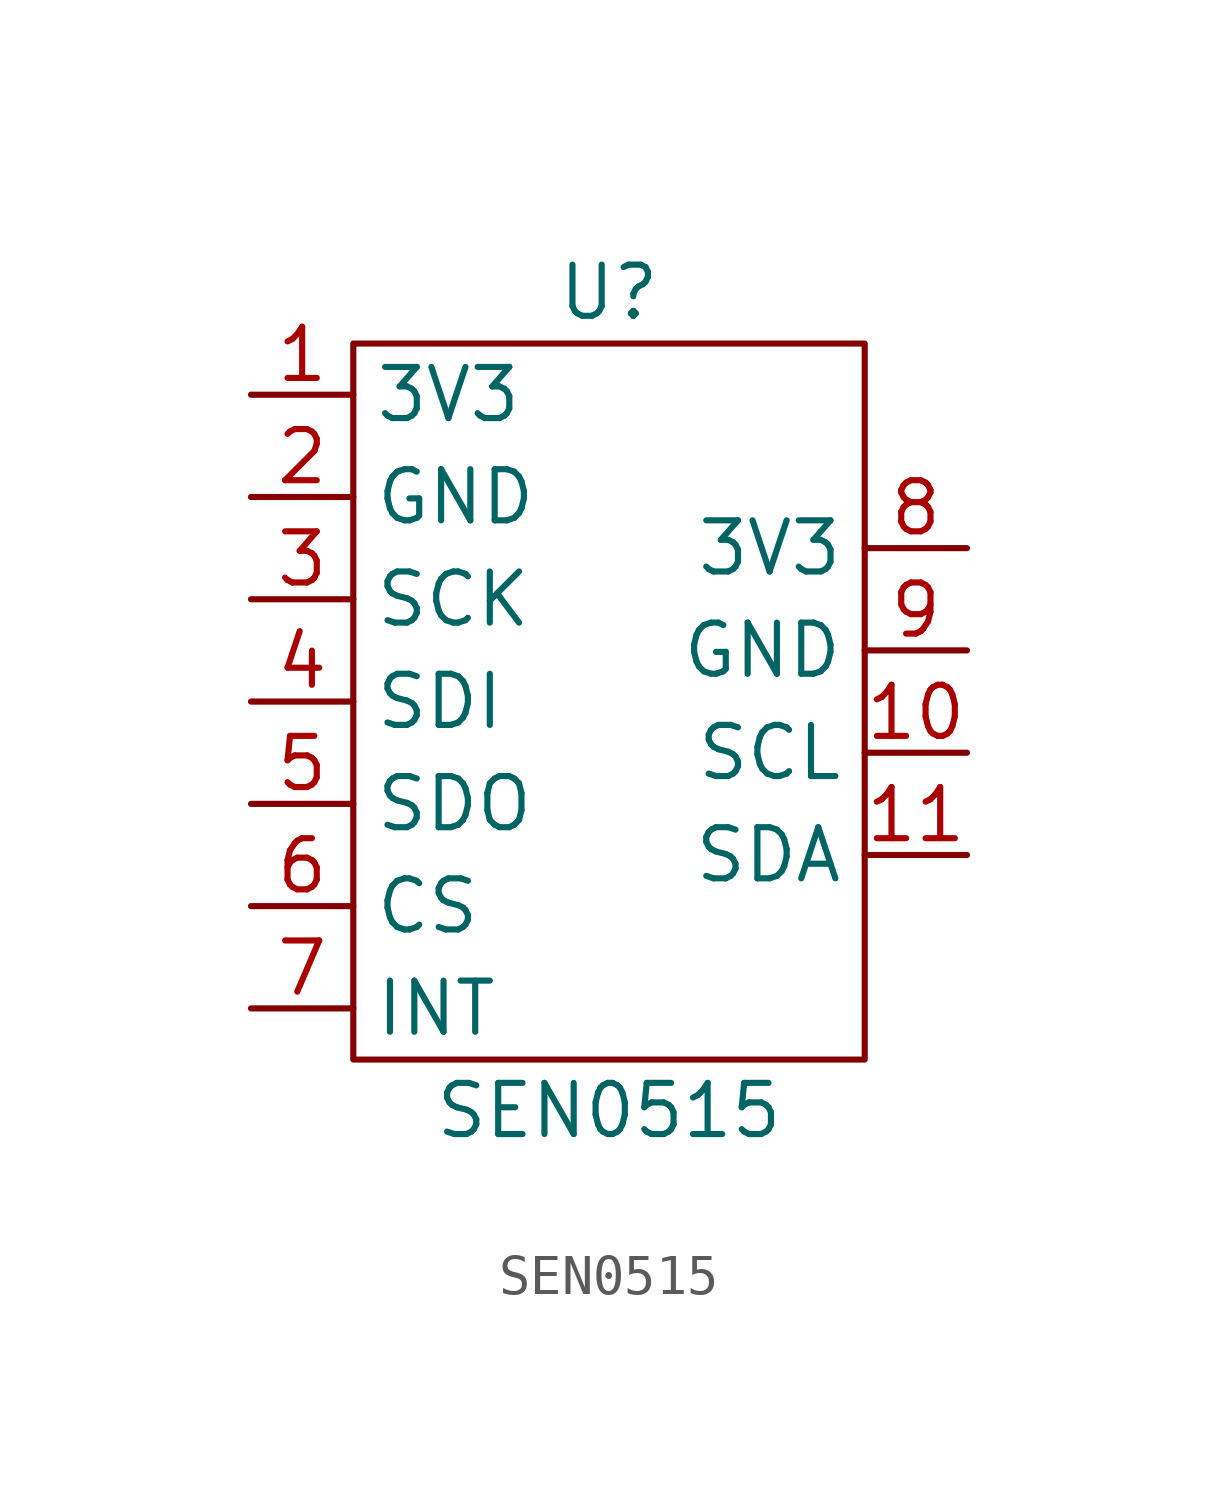
<source format=kicad_sym>
(kicad_symbol_lib
  (version 20201005)
  (generator kicad_symbol_editor)
  (symbol "SEN0515:SEN0515"
    (property "Reference" "U"
      (at 6.35 19.05 0)
      (effects (font (size 1.27 1.27))))
    (property "Value" "SEN0515"
      (at 6.35 -1.27 0)
      (effects (font (size 1.27 1.27))))
    (symbol "SEN0515_0_1"
      (rectangle (start 0 17.78) (end 12.7 0) (stroke (width 0.152)) (fill (type none))))
    (symbol "SEN0515_1_1"
      (pin input line (at -2.54 16.51 0) (length 2.54) (name "3V3" (effects (font (size 1.27 1.27)))) (number "1" (effects (font (size 1.27 1.27)))))
      (pin input line (at 15.24 7.62 180) (length 2.54) (name "SCL" (effects (font (size 1.27 1.27)))) (number "10" (effects (font (size 1.27 1.27)))))
      (pin input line (at 15.24 5.08 180) (length 2.54) (name "SDA" (effects (font (size 1.27 1.27)))) (number "11" (effects (font (size 1.27 1.27)))))
      (pin input line (at -2.54 13.97 0) (length 2.54) (name "GND" (effects (font (size 1.27 1.27)))) (number "2" (effects (font (size 1.27 1.27)))))
      (pin input line (at -2.54 11.43 0) (length 2.54) (name "SCK" (effects (font (size 1.27 1.27)))) (number "3" (effects (font (size 1.27 1.27)))))
      (pin input line (at -2.54 8.89 0) (length 2.54) (name "SDI" (effects (font (size 1.27 1.27)))) (number "4" (effects (font (size 1.27 1.27)))))
      (pin input line (at -2.54 6.35 0) (length 2.54) (name "SDO" (effects (font (size 1.27 1.27)))) (number "5" (effects (font (size 1.27 1.27)))))
      (pin input line (at -2.54 3.81 0) (length 2.54) (name "CS" (effects (font (size 1.27 1.27)))) (number "6" (effects (font (size 1.27 1.27)))))
      (pin input line (at -2.54 1.27 0) (length 2.54) (name "INT" (effects (font (size 1.27 1.27)))) (number "7" (effects (font (size 1.27 1.27)))))
      (pin input line (at 15.24 12.7 180) (length 2.54) (name "3V3" (effects (font (size 1.27 1.27)))) (number "8" (effects (font (size 1.27 1.27)))))
      (pin input line (at 15.24 10.16 180) (length 2.54) (name "GND" (effects (font (size 1.27 1.27)))) (number "9" (effects (font (size 1.27 1.27))))))))
</source>
